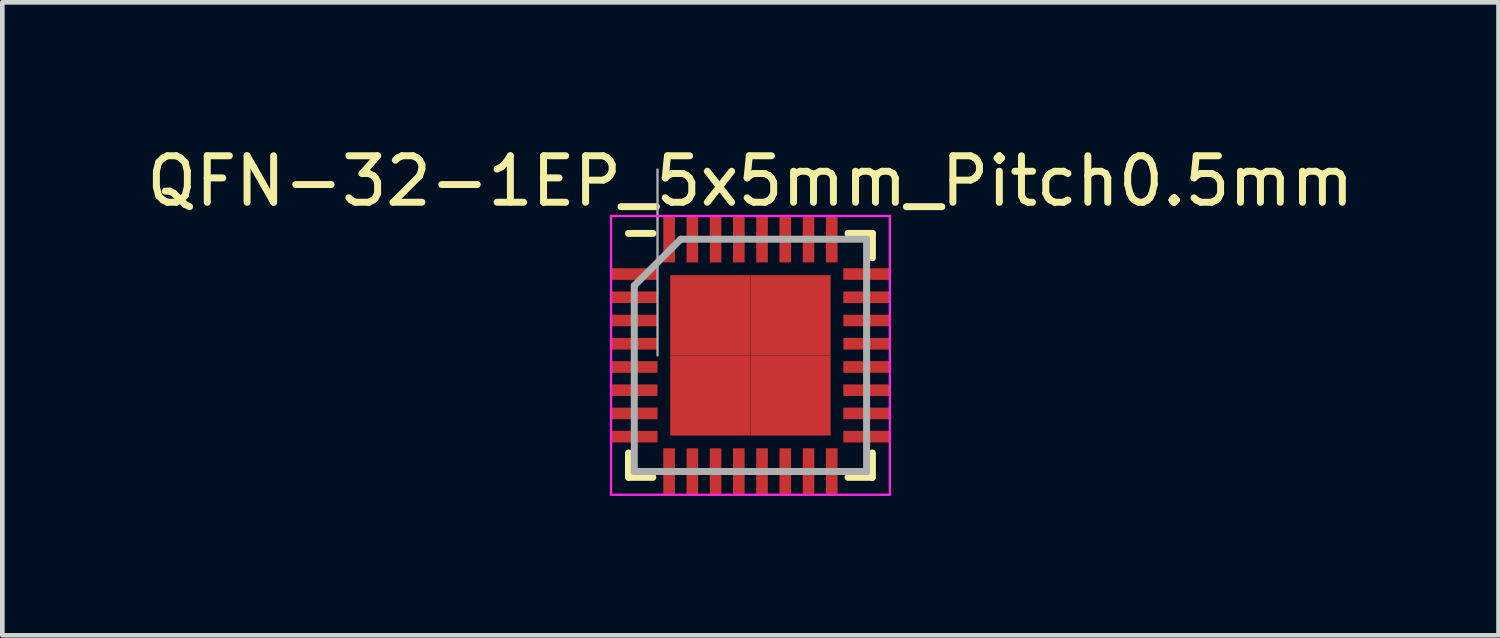
<source format=kicad_pcb>
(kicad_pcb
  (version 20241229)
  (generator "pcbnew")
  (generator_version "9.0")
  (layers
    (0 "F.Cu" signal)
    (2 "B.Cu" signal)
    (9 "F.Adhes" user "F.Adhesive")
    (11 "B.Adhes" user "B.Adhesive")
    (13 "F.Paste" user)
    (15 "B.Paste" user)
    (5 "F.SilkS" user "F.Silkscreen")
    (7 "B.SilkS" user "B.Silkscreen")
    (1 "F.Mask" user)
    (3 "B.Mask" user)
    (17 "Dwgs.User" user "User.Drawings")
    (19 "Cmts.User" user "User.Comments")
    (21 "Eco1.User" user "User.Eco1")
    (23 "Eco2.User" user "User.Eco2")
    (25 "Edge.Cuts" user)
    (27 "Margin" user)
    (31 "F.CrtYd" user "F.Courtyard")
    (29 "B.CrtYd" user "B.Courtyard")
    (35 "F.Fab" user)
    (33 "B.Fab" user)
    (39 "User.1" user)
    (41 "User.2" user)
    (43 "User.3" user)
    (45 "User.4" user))
  (footprint "QFN-32-1EP_5x5mm_Pitch0.5mm"
    (layer "F.Cu")
    (at 13.101 4.598)
    (property "Reference" "QFN-32-1EP_5x5mm_Pitch0.5mm" (at 0 -3.75 0) (layer "F.SilkS") (effects (font (size 1 1) (thickness 0.15))))
    (attr smd)
    (fp_line (start -2.625 -2.625) (end -2.1 -2.625) (stroke (width 0.15) (type solid)) (layer "F.SilkS"))
    (fp_line (start -2.625 2.625) (end -2.625 2.1) (stroke (width 0.15) (type solid)) (layer "F.SilkS"))
    (fp_line (start -2.625 2.625) (end -2.1 2.625) (stroke (width 0.15) (type solid)) (layer "F.SilkS"))
    (fp_line (start 2.625 -2.625) (end 2.1 -2.625) (stroke (width 0.15) (type solid)) (layer "F.SilkS"))
    (fp_line (start 2.625 -2.625) (end 2.625 -2.1) (stroke (width 0.15) (type solid)) (layer "F.SilkS"))
    (fp_line (start 2.625 2.625) (end 2.1 2.625) (stroke (width 0.15) (type solid)) (layer "F.SilkS"))
    (fp_line (start 2.625 2.625) (end 2.625 2.1) (stroke (width 0.15) (type solid)) (layer "F.SilkS"))
    (fp_line (start -3 -3) (end -3 3) (stroke (width 0.05) (type solid)) (layer "F.CrtYd"))
    (fp_line (start -3 -3) (end 3 -3) (stroke (width 0.05) (type solid)) (layer "F.CrtYd"))
    (fp_line (start -3 3) (end 3 3) (stroke (width 0.05) (type solid)) (layer "F.CrtYd"))
    (fp_line (start 3 -3) (end 3 3) (stroke (width 0.05) (type solid)) (layer "F.CrtYd"))
    (fp_line (start -2.5 -1.5) (end -1.5 -2.5) (stroke (width 0.15) (type solid)) (layer "F.Fab"))
    (fp_line (start -2.5 2.5) (end -2.5 -1.5) (stroke (width 0.15) (type solid)) (layer "F.Fab"))
    (fp_line (start -2 0) (end -2 -4) (stroke (width 0.05) (type solid)) (layer "F.Fab"))
    (fp_line (start -1.5 -2.5) (end 2.5 -2.5) (stroke (width 0.15) (type solid)) (layer "F.Fab"))
    (fp_line (start 2.5 -2.5) (end 2.5 2.5) (stroke (width 0.15) (type solid)) (layer "F.Fab"))
    (fp_line (start 2.5 2.5) (end -2.5 2.5) (stroke (width 0.15) (type solid)) (layer "F.Fab"))
    (pad "1" smd rect (at -2.5 -1.75) (size 1 0.25) (layers "F.Cu" "F.Mask" "F.Paste"))
    (pad "2" smd rect (at -2.5 -1.25) (size 1 0.25) (layers "F.Cu" "F.Mask" "F.Paste"))
    (pad "3" smd rect (at -2.5 -0.75) (size 1 0.25) (layers "F.Cu" "F.Mask" "F.Paste"))
    (pad "4" smd rect (at -2.5 -0.25) (size 1 0.25) (layers "F.Cu" "F.Mask" "F.Paste"))
    (pad "5" smd rect (at -2.5 0.25) (size 1 0.25) (layers "F.Cu" "F.Mask" "F.Paste"))
    (pad "6" smd rect (at -2.5 0.75) (size 1 0.25) (layers "F.Cu" "F.Mask" "F.Paste"))
    (pad "7" smd rect (at -2.5 1.25) (size 1 0.25) (layers "F.Cu" "F.Mask" "F.Paste"))
    (pad "8" smd rect (at -2.5 1.75) (size 1 0.25) (layers "F.Cu" "F.Mask" "F.Paste"))
    (pad "9" smd rect (at -1.75 2.5 90) (size 1 0.25) (layers "F.Cu" "F.Mask" "F.Paste"))
    (pad "10" smd rect (at -1.25 2.5 90) (size 1 0.25) (layers "F.Cu" "F.Mask" "F.Paste"))
    (pad "11" smd rect (at -0.75 2.5 90) (size 1 0.25) (layers "F.Cu" "F.Mask" "F.Paste"))
    (pad "12" smd rect (at -0.25 2.5 90) (size 1 0.25) (layers "F.Cu" "F.Mask" "F.Paste"))
    (pad "13" smd rect (at 0.25 2.5 90) (size 1 0.25) (layers "F.Cu" "F.Mask" "F.Paste"))
    (pad "14" smd rect (at 0.75 2.5 90) (size 1 0.25) (layers "F.Cu" "F.Mask" "F.Paste"))
    (pad "15" smd rect (at 1.25 2.5 90) (size 1 0.25) (layers "F.Cu" "F.Mask" "F.Paste"))
    (pad "16" smd rect (at 1.75 2.5 90) (size 1 0.25) (layers "F.Cu" "F.Mask" "F.Paste"))
    (pad "17" smd rect (at 2.5 1.75) (size 1 0.25) (layers "F.Cu" "F.Mask" "F.Paste"))
    (pad "18" smd rect (at 2.5 1.25) (size 1 0.25) (layers "F.Cu" "F.Mask" "F.Paste"))
    (pad "19" smd rect (at 2.5 0.75) (size 1 0.25) (layers "F.Cu" "F.Mask" "F.Paste"))
    (pad "20" smd rect (at 2.5 0.25) (size 1 0.25) (layers "F.Cu" "F.Mask" "F.Paste"))
    (pad "21" smd rect (at 2.5 -0.25) (size 1 0.25) (layers "F.Cu" "F.Mask" "F.Paste"))
    (pad "22" smd rect (at 2.5 -0.75) (size 1 0.25) (layers "F.Cu" "F.Mask" "F.Paste"))
    (pad "23" smd rect (at 2.5 -1.25) (size 1 0.25) (layers "F.Cu" "F.Mask" "F.Paste"))
    (pad "24" smd rect (at 2.5 -1.75) (size 1 0.25) (layers "F.Cu" "F.Mask" "F.Paste"))
    (pad "25" smd rect (at 1.75 -2.5 90) (size 1 0.25) (layers "F.Cu" "F.Mask" "F.Paste"))
    (pad "26" smd rect (at 1.25 -2.5 90) (size 1 0.25) (layers "F.Cu" "F.Mask" "F.Paste"))
    (pad "27" smd rect (at 0.75 -2.5 90) (size 1 0.25) (layers "F.Cu" "F.Mask" "F.Paste"))
    (pad "28" smd rect (at 0.25 -2.5 90) (size 1 0.25) (layers "F.Cu" "F.Mask" "F.Paste"))
    (pad "29" smd rect (at -0.25 -2.5 90) (size 1 0.25) (layers "F.Cu" "F.Mask" "F.Paste"))
    (pad "30" smd rect (at -0.75 -2.5 90) (size 1 0.25) (layers "F.Cu" "F.Mask" "F.Paste"))
    (pad "31" smd rect (at -1.25 -2.5 90) (size 1 0.25) (layers "F.Cu" "F.Mask" "F.Paste"))
    (pad "32" smd rect (at -1.75 -2.5 90) (size 1 0.25) (layers "F.Cu" "F.Mask" "F.Paste"))
    (pad "33" smd rect (at -0.863 -0.863) (size 1.725 1.725) (layers "F.Cu" "F.Mask" "F.Paste"))
    (pad "33" smd rect (at -0.863 0.863) (size 1.725 1.725) (layers "F.Cu" "F.Mask" "F.Paste"))
    (pad "33" smd rect (at 0.863 -0.863) (size 1.725 1.725) (layers "F.Cu" "F.Mask" "F.Paste"))
    (pad "33" smd rect (at 0.863 0.863) (size 1.725 1.725) (layers "F.Cu" "F.Mask" "F.Paste")))
  (gr_rect
    (start -3 -3)
    (end 29.202 10.623)
    (stroke (width 0.1) (type default))
    (fill no)
    (layer "Edge.Cuts")))
</source>
